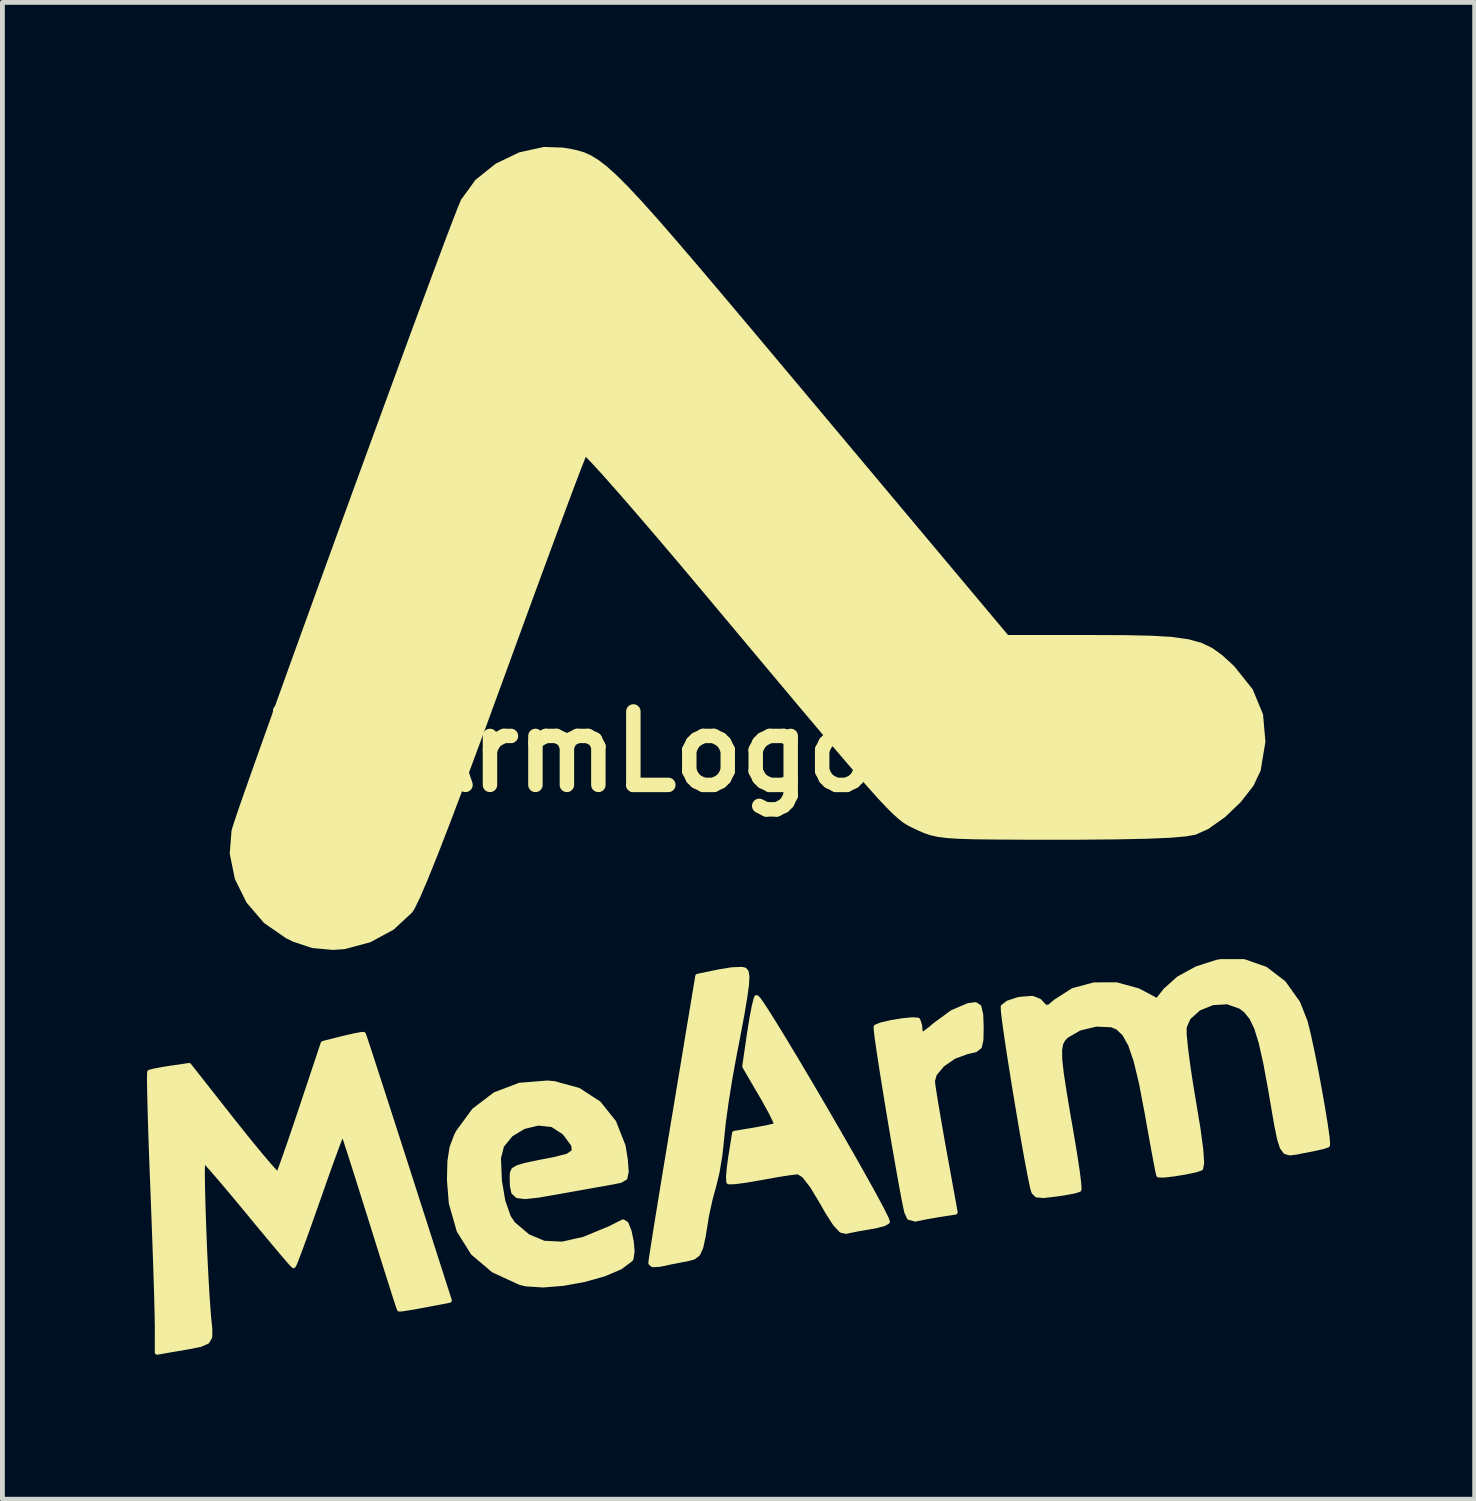
<source format=kicad_pcb>
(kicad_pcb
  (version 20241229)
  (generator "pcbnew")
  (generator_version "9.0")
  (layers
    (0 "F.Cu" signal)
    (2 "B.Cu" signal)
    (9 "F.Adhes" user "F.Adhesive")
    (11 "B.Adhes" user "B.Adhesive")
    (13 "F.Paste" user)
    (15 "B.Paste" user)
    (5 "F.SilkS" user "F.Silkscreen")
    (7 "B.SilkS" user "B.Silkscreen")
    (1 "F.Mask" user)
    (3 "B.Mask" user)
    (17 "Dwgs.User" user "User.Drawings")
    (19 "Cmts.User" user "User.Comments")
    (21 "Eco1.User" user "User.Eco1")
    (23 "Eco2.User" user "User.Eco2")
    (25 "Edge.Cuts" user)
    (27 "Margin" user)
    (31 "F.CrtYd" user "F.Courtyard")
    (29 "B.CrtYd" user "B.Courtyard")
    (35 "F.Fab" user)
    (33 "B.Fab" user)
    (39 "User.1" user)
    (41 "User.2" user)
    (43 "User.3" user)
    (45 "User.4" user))
  (footprint "MeArmLogo25mm"
    (layer "F.Cu")
    (at 12.235 12.55)
    (property "Reference" "MeArmLogo25mm" (at 0 0 0) (layer "F.SilkS") (effects (font (size 1.524 1.524) (thickness 0.3))))
    (attr through_hole)
    (fp_poly (pts (xy 0.218 4.668) (xy 0.21 4.831) (xy 0.176 5.084) (xy 0.115 5.448) (xy 0.022 5.943) (xy -0.055 6.34) (xy -0.14 6.811) (xy -0.216 7.29) (xy -0.274 7.714) (xy -0.302 7.991) (xy -0.341 8.363) (xy -0.402 8.728) (xy -0.461 8.975) (xy -0.548 9.296) (xy -0.619 9.622) (xy -0.631 9.694) (xy -0.69 10.06) (xy -0.741 10.292) (xy -0.803 10.425) (xy -0.894 10.493) (xy -1.033 10.529) (xy -1.084 10.538) (xy -1.349 10.589) (xy -1.573 10.637) (xy -1.587 10.641) (xy -1.735 10.649) (xy -1.78 10.614) (xy -1.768 10.516) (xy -1.73 10.271) (xy -1.671 9.897) (xy -1.593 9.415) (xy -1.5 8.844) (xy -1.394 8.204) (xy -1.294 7.601) (xy -0.806 4.66) (xy -0.362 4.568) (xy -0.097 4.525) (xy 0.103 4.516) (xy 0.168 4.529) (xy 0.204 4.574) (xy 0.218 4.668)) (stroke (width 0.1) (type solid)) (fill yes) (layer "F.SilkS"))
    (fp_poly (pts (xy 5.08 5.711) (xy 5.075 5.977) (xy 5.044 6.12) (xy 4.958 6.188) (xy 4.792 6.227) (xy 4.786 6.228) (xy 4.514 6.327) (xy 4.272 6.494) (xy 4.109 6.689) (xy 4.068 6.833) (xy 4.084 6.966) (xy 4.126 7.233) (xy 4.188 7.601) (xy 4.264 8.036) (xy 4.306 8.271) (xy 4.54 9.558) (xy 4.196 9.611) (xy 3.942 9.655) (xy 3.744 9.695) (xy 3.714 9.703) (xy 3.585 9.669) (xy 3.53 9.549) (xy 3.484 9.327) (xy 3.421 8.994) (xy 3.347 8.578) (xy 3.265 8.11) (xy 3.182 7.615) (xy 3.101 7.125) (xy 3.027 6.665) (xy 2.965 6.266) (xy 2.92 5.956) (xy 2.897 5.763) (xy 2.896 5.712) (xy 3.005 5.668) (xy 3.209 5.621) (xy 3.447 5.582) (xy 3.652 5.562) (xy 3.762 5.569) (xy 3.765 5.571) (xy 3.803 5.684) (xy 3.81 5.78) (xy 3.826 5.865) (xy 3.892 5.855) (xy 4.04 5.742) (xy 4.116 5.676) (xy 4.479 5.41) (xy 4.811 5.268) (xy 4.959 5.249) (xy 5.033 5.297) (xy 5.071 5.46) (xy 5.08 5.711)) (stroke (width 0.1) (type solid)) (fill yes) (layer "F.SilkS"))
    (fp_poly (pts (xy 3.133 9.755) (xy 3.058 9.798) (xy 2.869 9.846) (xy 2.773 9.862) (xy 2.514 9.907) (xy 2.31 9.948) (xy 2.273 9.958) (xy 2.174 9.934) (xy 2.048 9.799) (xy 1.879 9.534) (xy 1.78 9.359) (xy 1.573 9.015) (xy 1.404 8.797) (xy 1.286 8.721) (xy 1.285 8.721) (xy 1.136 8.736) (xy 0.874 8.776) (xy 0.552 8.834) (xy 0.509 8.842) (xy 0.202 8.895) (xy -0.033 8.926) (xy -0.154 8.93) (xy -0.161 8.927) (xy -0.168 8.83) (xy -0.149 8.618) (xy -0.12 8.405) (xy -0.042 7.919) (xy 0.379 7.849) (xy 0.626 7.803) (xy 0.793 7.764) (xy 0.831 7.748) (xy 0.806 7.667) (xy 0.712 7.476) (xy 0.567 7.213) (xy 0.515 7.124) (xy 0.169 6.531) (xy 0.265 5.869) (xy 0.317 5.542) (xy 0.368 5.275) (xy 0.41 5.116) (xy 0.416 5.102) (xy 0.466 5.153) (xy 0.586 5.331) (xy 0.765 5.615) (xy 0.991 5.983) (xy 1.251 6.416) (xy 1.534 6.893) (xy 1.826 7.391) (xy 2.116 7.892) (xy 2.392 8.373) (xy 2.641 8.814) (xy 2.852 9.194) (xy 3.012 9.492) (xy 3.109 9.688) (xy 3.133 9.755)) (stroke (width 0.1) (type solid)) (fill yes) (layer "F.SilkS"))
    (fp_poly (pts (xy -2.165 10.368) (xy -2.186 10.516) (xy -2.199 10.538) (xy -2.412 10.698) (xy -2.748 10.841) (xy -3.159 10.957) (xy -3.597 11.036) (xy -4.017 11.07) (xy -4.37 11.047) (xy -4.488 11.018) (xy -5.044 10.762) (xy -5.467 10.404) (xy -5.758 9.94) (xy -5.921 9.368) (xy -5.959 8.89) (xy -5.95 8.5) (xy -5.905 8.213) (xy -5.811 7.965) (xy -5.78 7.903) (xy -5.447 7.448) (xy -5.012 7.116) (xy -4.498 6.921) (xy -3.928 6.875) (xy -3.787 6.887) (xy -3.279 7.026) (xy -2.859 7.3) (xy -2.545 7.692) (xy -2.351 8.186) (xy -2.305 8.471) (xy -2.287 8.716) (xy -2.312 8.842) (xy -2.407 8.899) (xy -2.551 8.929) (xy -2.756 8.966) (xy -3.077 9.023) (xy -3.461 9.091) (xy -3.7 9.134) (xy -4.11 9.205) (xy -4.382 9.235) (xy -4.545 9.217) (xy -4.626 9.141) (xy -4.654 8.999) (xy -4.657 8.842) (xy -4.654 8.748) (xy -4.625 8.681) (xy -4.54 8.63) (xy -4.37 8.581) (xy -4.085 8.521) (xy -3.793 8.465) (xy -3.5 8.391) (xy -3.366 8.297) (xy -3.382 8.158) (xy -3.538 7.946) (xy -3.583 7.895) (xy -3.823 7.741) (xy -4.115 7.71) (xy -4.416 7.782) (xy -4.683 7.943) (xy -4.872 8.174) (xy -4.938 8.43) (xy -4.919 8.906) (xy -4.847 9.33) (xy -4.732 9.658) (xy -4.637 9.801) (xy -4.331 10.06) (xy -3.998 10.2) (xy -3.615 10.219) (xy -3.165 10.117) (xy -2.625 9.894) (xy -2.354 9.757) (xy -2.289 9.798) (xy -2.228 9.952) (xy -2.183 10.161) (xy -2.165 10.368)) (stroke (width 0.1) (type solid)) (fill yes) (layer "F.SilkS"))
    (fp_poly (pts (xy -5.958 11.388) (xy -6.471 11.486) (xy -6.741 11.535) (xy -6.932 11.565) (xy -6.998 11.57) (xy -7.026 11.489) (xy -7.097 11.27) (xy -7.204 10.934) (xy -7.339 10.507) (xy -7.495 10.009) (xy -7.58 9.737) (xy -7.745 9.212) (xy -7.892 8.744) (xy -8.016 8.357) (xy -8.108 8.073) (xy -8.16 7.916) (xy -8.17 7.892) (xy -8.203 7.96) (xy -8.282 8.162) (xy -8.397 8.475) (xy -8.54 8.873) (xy -8.678 9.268) (xy -8.838 9.721) (xy -8.978 10.113) (xy -9.091 10.419) (xy -9.166 10.612) (xy -9.193 10.668) (xy -9.253 10.606) (xy -9.402 10.434) (xy -9.621 10.174) (xy -9.893 9.847) (xy -10.124 9.567) (xy -10.425 9.204) (xy -10.689 8.891) (xy -10.897 8.65) (xy -11.03 8.503) (xy -11.071 8.467) (xy -11.081 8.546) (xy -11.084 8.765) (xy -11.079 9.092) (xy -11.068 9.497) (xy -11.052 9.951) (xy -11.033 10.422) (xy -11.01 10.882) (xy -10.986 11.299) (xy -10.961 11.644) (xy -10.953 11.739) (xy -10.928 11.985) (xy -10.93 12.144) (xy -10.985 12.242) (xy -11.124 12.303) (xy -11.375 12.354) (xy -11.705 12.41) (xy -12.023 12.465) (xy -12.022 11.926) (xy -12.026 11.698) (xy -12.035 11.328) (xy -12.05 10.847) (xy -12.069 10.282) (xy -12.092 9.662) (xy -12.116 9.033) (xy -12.14 8.42) (xy -12.159 7.865) (xy -12.173 7.389) (xy -12.182 7.014) (xy -12.185 6.762) (xy -12.181 6.655) (xy -12.18 6.652) (xy -12.086 6.626) (xy -11.881 6.588) (xy -11.756 6.569) (xy -11.362 6.511) (xy -10.455 7.663) (xy -10.158 8.035) (xy -9.897 8.353) (xy -9.691 8.596) (xy -9.557 8.744) (xy -9.513 8.779) (xy -9.475 8.691) (xy -9.395 8.469) (xy -9.28 8.141) (xy -9.141 7.734) (xy -9.029 7.399) (xy -8.58 6.054) (xy -8.168 5.95) (xy -7.93 5.895) (xy -7.774 5.866) (xy -7.741 5.866) (xy -7.712 5.948) (xy -7.638 6.172) (xy -7.524 6.521) (xy -7.377 6.975) (xy -7.202 7.516) (xy -7.006 8.124) (xy -6.841 8.636) (xy -5.958 11.388)) (stroke (width 0.1) (type solid)) (fill yes) (layer "F.SilkS"))
    (fp_poly (pts (xy 12.27 8.148) (xy 12.266 8.166) (xy 12.172 8.198) (xy 11.964 8.245) (xy 11.792 8.278) (xy 11.614 8.313) (xy 11.486 8.329) (xy 11.394 8.303) (xy 11.326 8.213) (xy 11.269 8.037) (xy 11.211 7.753) (xy 11.139 7.338) (xy 11.086 7.027) (xy 10.983 6.463) (xy 10.888 6.04) (xy 10.794 5.735) (xy 10.692 5.521) (xy 10.571 5.372) (xy 10.464 5.289) (xy 10.187 5.192) (xy 9.879 5.211) (xy 9.592 5.327) (xy 9.377 5.521) (xy 9.293 5.712) (xy 9.293 5.867) (xy 9.321 6.154) (xy 9.371 6.539) (xy 9.44 6.988) (xy 9.486 7.26) (xy 9.581 7.835) (xy 9.638 8.262) (xy 9.656 8.534) (xy 9.635 8.646) (xy 9.634 8.647) (xy 9.516 8.685) (xy 9.307 8.728) (xy 9.071 8.766) (xy 8.869 8.789) (xy 8.763 8.787) (xy 8.76 8.784) (xy 8.74 8.698) (xy 8.697 8.474) (xy 8.636 8.142) (xy 8.562 7.732) (xy 8.522 7.504) (xy 8.404 6.885) (xy 8.292 6.417) (xy 8.177 6.079) (xy 8.051 5.853) (xy 7.909 5.72) (xy 7.786 5.67) (xy 7.463 5.656) (xy 7.118 5.739) (xy 6.844 5.897) (xy 6.843 5.898) (xy 6.774 5.972) (xy 6.728 6.064) (xy 6.707 6.197) (xy 6.711 6.394) (xy 6.742 6.676) (xy 6.802 7.068) (xy 6.89 7.591) (xy 6.95 7.935) (xy 7.019 8.348) (xy 7.072 8.698) (xy 7.104 8.953) (xy 7.111 9.081) (xy 7.108 9.089) (xy 7.009 9.12) (xy 6.797 9.159) (xy 6.629 9.184) (xy 6.37 9.213) (xy 6.233 9.201) (xy 6.169 9.135) (xy 6.143 9.046) (xy 6.085 8.765) (xy 6.014 8.386) (xy 5.934 7.937) (xy 5.851 7.448) (xy 5.768 6.948) (xy 5.691 6.465) (xy 5.624 6.03) (xy 5.572 5.67) (xy 5.54 5.416) (xy 5.533 5.297) (xy 5.533 5.293) (xy 5.636 5.214) (xy 5.839 5.147) (xy 5.898 5.136) (xy 6.142 5.118) (xy 6.287 5.177) (xy 6.328 5.223) (xy 6.414 5.311) (xy 6.505 5.289) (xy 6.625 5.186) (xy 6.985 4.956) (xy 7.424 4.838) (xy 7.89 4.837) (xy 8.33 4.959) (xy 8.411 4.999) (xy 8.733 5.172) (xy 8.904 4.954) (xy 9.177 4.709) (xy 9.555 4.503) (xy 9.972 4.369) (xy 10.05 4.355) (xy 10.534 4.356) (xy 10.977 4.511) (xy 11.356 4.802) (xy 11.65 5.215) (xy 11.804 5.606) (xy 11.865 5.851) (xy 11.938 6.187) (xy 12.017 6.577) (xy 12.094 6.989) (xy 12.164 7.386) (xy 12.221 7.735) (xy 12.259 8.001) (xy 12.27 8.148)) (stroke (width 0.1) (type solid)) (fill yes) (layer "F.SilkS"))
    (fp_poly (pts (xy 10.927 -0.209) (xy 10.829 0.381) (xy 10.683 0.686) (xy 10.427 1.014) (xy 10.107 1.32) (xy 9.768 1.56) (xy 9.515 1.674) (xy 9.32 1.709) (xy 8.992 1.737) (xy 8.523 1.757) (xy 7.905 1.77) (xy 7.13 1.777) (xy 6.679 1.777) (xy 5.964 1.777) (xy 5.396 1.774) (xy 4.956 1.769) (xy 4.621 1.759) (xy 4.371 1.743) (xy 4.183 1.719) (xy 4.037 1.686) (xy 3.911 1.643) (xy 3.785 1.587) (xy 3.757 1.574) (xy 3.665 1.531) (xy 3.581 1.488) (xy 3.495 1.435) (xy 3.4 1.362) (xy 3.287 1.261) (xy 3.147 1.122) (xy 2.973 0.937) (xy 2.757 0.695) (xy 2.489 0.388) (xy 2.162 0.007) (xy 1.768 -0.458) (xy 1.297 -1.017) (xy 0.743 -1.677) (xy 0.096 -2.449) (xy -0.635 -3.322) (xy -1.141 -3.924) (xy -1.614 -4.481) (xy -2.044 -4.982) (xy -2.419 -5.414) (xy -2.728 -5.763) (xy -2.96 -6.017) (xy -3.103 -6.165) (xy -3.148 -6.196) (xy -3.186 -6.108) (xy -3.278 -5.875) (xy -3.416 -5.512) (xy -3.595 -5.032) (xy -3.812 -4.45) (xy -4.059 -3.78) (xy -4.332 -3.037) (xy -4.625 -2.235) (xy -4.869 -1.566) (xy -5.29 -0.416) (xy -5.658 0.577) (xy -5.973 1.413) (xy -6.237 2.095) (xy -6.45 2.625) (xy -6.613 3.005) (xy -6.726 3.237) (xy -6.768 3.302) (xy -7.144 3.652) (xy -7.619 3.909) (xy -8.138 4.048) (xy -8.376 4.064) (xy -8.794 4.026) (xy -9.184 3.896) (xy -9.319 3.831) (xy -9.772 3.518) (xy -10.126 3.105) (xy -10.363 2.626) (xy -10.467 2.114) (xy -10.43 1.643) (xy -10.387 1.503) (xy -10.292 1.22) (xy -10.148 0.808) (xy -9.962 0.282) (xy -9.74 -0.342) (xy -9.487 -1.05) (xy -9.208 -1.826) (xy -8.908 -2.655) (xy -8.594 -3.523) (xy -8.271 -4.413) (xy -7.944 -5.312) (xy -7.618 -6.204) (xy -7.3 -7.073) (xy -6.995 -7.906) (xy -6.708 -8.686) (xy -6.444 -9.399) (xy -6.21 -10.03) (xy -6.011 -10.562) (xy -5.851 -10.983) (xy -5.737 -11.276) (xy -5.675 -11.426) (xy -5.672 -11.432) (xy -5.38 -11.833) (xy -4.973 -12.159) (xy -4.497 -12.389) (xy -3.994 -12.5) (xy -3.616 -12.488) (xy -3.459 -12.463) (xy -3.317 -12.433) (xy -3.18 -12.392) (xy -3.041 -12.329) (xy -2.892 -12.237) (xy -2.722 -12.107) (xy -2.525 -11.929) (xy -2.291 -11.696) (xy -2.013 -11.399) (xy -1.681 -11.029) (xy -1.288 -10.577) (xy -0.824 -10.035) (xy -0.282 -9.395) (xy 0.348 -8.647) (xy 1.073 -7.783) (xy 1.535 -7.232) (xy 5.612 -2.371) (xy 7.389 -2.371) (xy 8.078 -2.368) (xy 8.622 -2.356) (xy 9.046 -2.33) (xy 9.375 -2.283) (xy 9.635 -2.211) (xy 9.849 -2.108) (xy 10.043 -1.969) (xy 10.242 -1.788) (xy 10.301 -1.73) (xy 10.67 -1.267) (xy 10.878 -0.763) (xy 10.927 -0.209)) (stroke (width 0.1) (type solid)) (fill yes) (layer "F.SilkS")))
  (gr_rect
    (start -3 -3)
    (end 27.555 28.064)
    (stroke (width 0.1) (type default))
    (fill no)
    (layer "Edge.Cuts")))
</source>
